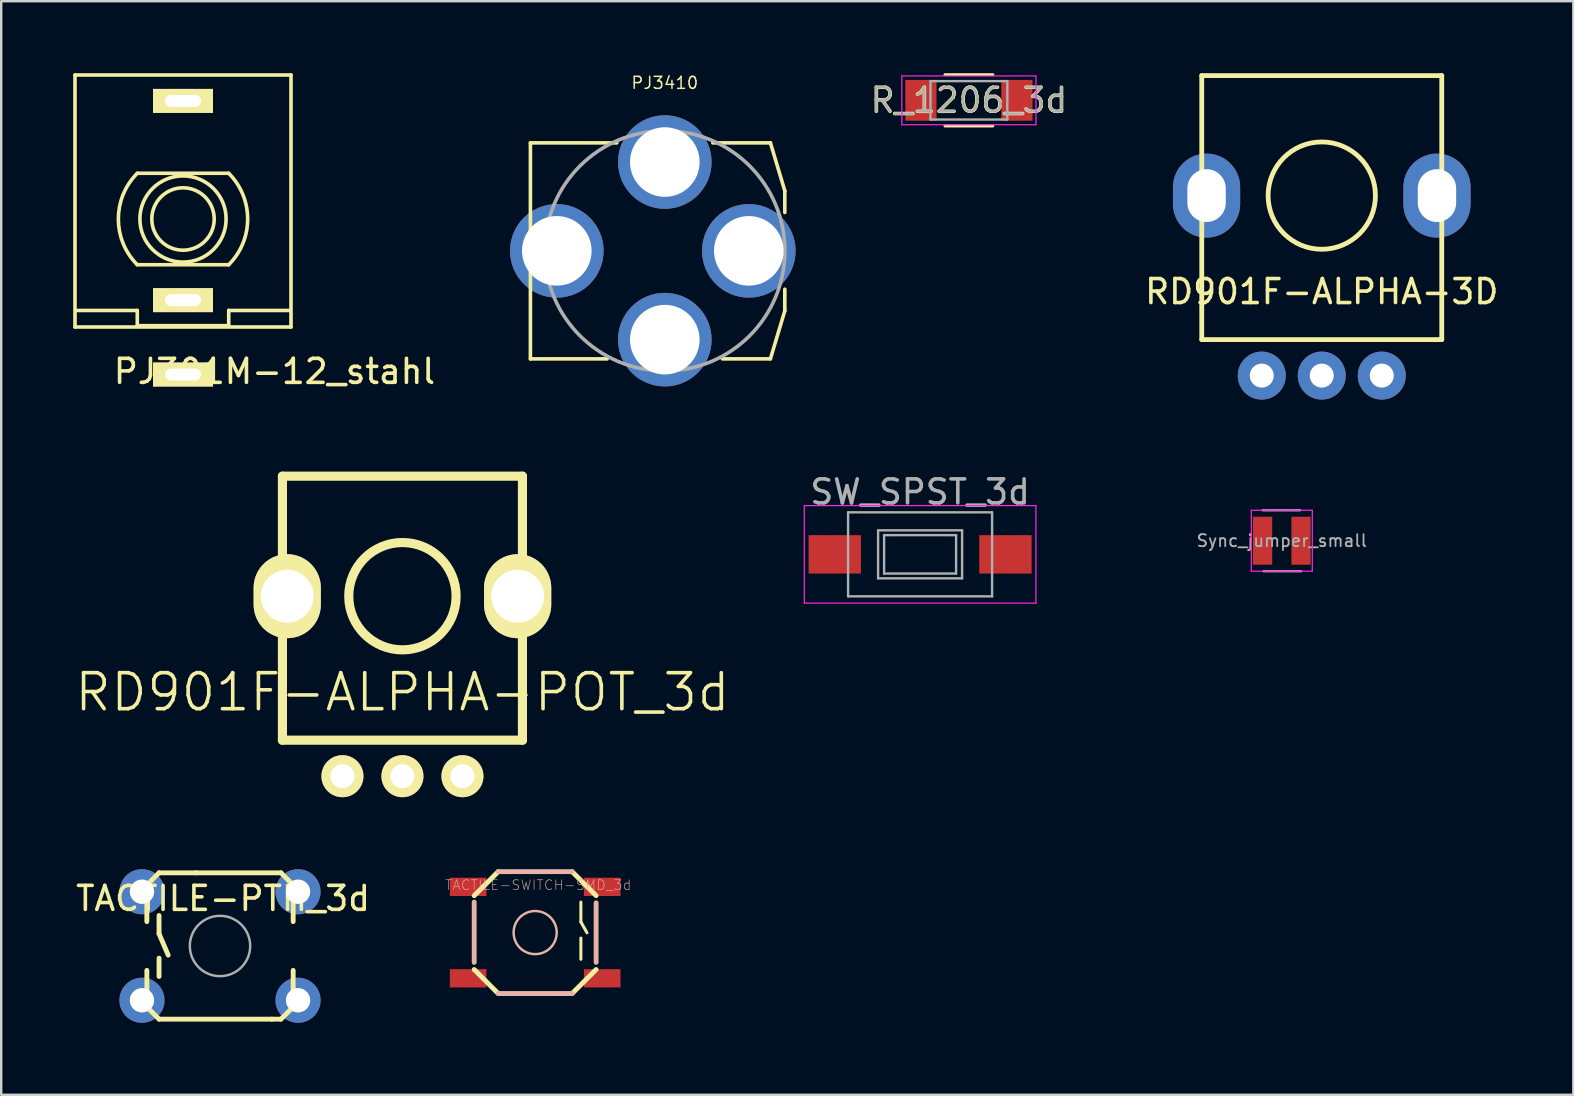
<source format=kicad_pcb>
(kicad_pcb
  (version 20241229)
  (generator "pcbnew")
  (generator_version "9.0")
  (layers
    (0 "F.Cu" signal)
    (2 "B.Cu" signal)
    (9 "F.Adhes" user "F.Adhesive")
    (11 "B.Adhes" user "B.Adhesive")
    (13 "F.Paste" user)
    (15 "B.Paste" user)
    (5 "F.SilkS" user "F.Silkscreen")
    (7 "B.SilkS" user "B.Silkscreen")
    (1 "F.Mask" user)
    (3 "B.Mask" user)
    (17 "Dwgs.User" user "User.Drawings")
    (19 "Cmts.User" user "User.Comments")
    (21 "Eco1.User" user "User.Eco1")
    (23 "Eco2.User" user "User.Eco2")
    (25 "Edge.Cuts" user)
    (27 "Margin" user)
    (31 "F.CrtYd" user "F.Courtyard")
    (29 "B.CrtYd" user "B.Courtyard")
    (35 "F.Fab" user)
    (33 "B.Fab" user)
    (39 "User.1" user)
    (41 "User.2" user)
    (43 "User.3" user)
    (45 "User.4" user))
  (footprint "SW_SPST_3d"
    (layer "F.Cu")
    (at 35.287 20.048)
    (property "Reference" "SW_SPST_3d" (at 0 -2.6 0) (layer "Eco2.User") (effects (font (size 1 1) (thickness 0.15))))
    (attr smd)
    (fp_line (start -4.826 -2.032) (end -4.826 2.032) (stroke (width 0.05) (type solid)) (layer "F.CrtYd"))
    (fp_line (start -4.826 -2.032) (end 4.826 -2.032) (stroke (width 0.05) (type solid)) (layer "F.CrtYd"))
    (fp_line (start -4.826 2.032) (end 4.826 2.032) (stroke (width 0.05) (type solid)) (layer "F.CrtYd"))
    (fp_line (start 4.826 -2.032) (end 4.826 2.032) (stroke (width 0.05) (type solid)) (layer "F.CrtYd"))
    (fp_line (start -3 -1.75) (end -3 1.75) (stroke (width 0.1) (type solid)) (layer "F.Fab"))
    (fp_line (start -3 -1.75) (end 3 -1.75) (stroke (width 0.1) (type solid)) (layer "F.Fab"))
    (fp_line (start -3 1.75) (end 3 1.75) (stroke (width 0.1) (type solid)) (layer "F.Fab"))
    (fp_line (start -1.75 -1) (end 1.75 -1) (stroke (width 0.1) (type solid)) (layer "F.Fab"))
    (fp_line (start -1.75 1) (end -1.75 -1) (stroke (width 0.1) (type solid)) (layer "F.Fab"))
    (fp_line (start -1.5 -0.8) (end -1.5 0.8) (stroke (width 0.1) (type solid)) (layer "F.Fab"))
    (fp_line (start -1.5 -0.8) (end 1.5 -0.8) (stroke (width 0.1) (type solid)) (layer "F.Fab"))
    (fp_line (start -1.5 0.8) (end 1.5 0.8) (stroke (width 0.1) (type solid)) (layer "F.Fab"))
    (fp_line (start 1.5 -0.8) (end 1.5 0.8) (stroke (width 0.1) (type solid)) (layer "F.Fab"))
    (fp_line (start 1.75 -1) (end 1.75 1) (stroke (width 0.1) (type solid)) (layer "F.Fab"))
    (fp_line (start 1.75 1) (end -1.75 1) (stroke (width 0.1) (type solid)) (layer "F.Fab"))
    (fp_line (start 3 -1.75) (end 3 1.75) (stroke (width 0.1) (type solid)) (layer "F.Fab"))
    (fp_text user "${REFERENCE}" (at 0 -2.6 0) (layer "F.Fab") (effects (font (size 1 1) (thickness 0.15))))
    (pad "1" smd rect (at -3.556 0) (size 2.18 1.6) (layers "F.Cu" "F.Mask" "F.Paste"))
    (pad "2" smd rect (at 3.556 0) (size 2.18 1.6) (layers "F.Cu" "F.Mask" "F.Paste")))
  (footprint "PJ301M-12_stahl"
    (layer "F.Cu")
    (at 4.575 6.075)
    (property "Reference" "PJ301M-12_stahl" (at 3.81 6.35 0) (layer "F.SilkS") (effects (font (size 1 1) (thickness 0.15))))
    (attr through_hole)
    (fp_line (start -4.5 -6) (end -4.5 4.5) (stroke (width 0.15) (type solid)) (layer "F.SilkS"))
    (fp_line (start -4.5 -6) (end 4.5 -6) (stroke (width 0.15) (type solid)) (layer "F.SilkS"))
    (fp_line (start -4.5 4.5) (end 4.5 4.5) (stroke (width 0.15) (type solid)) (layer "F.SilkS"))
    (fp_line (start -4.445 3.81) (end -1.905 3.81) (stroke (width 0.15) (type solid)) (layer "F.SilkS"))
    (fp_line (start -1.905 -1.905) (end 1.905 -1.905) (stroke (width 0.15) (type solid)) (layer "F.SilkS"))
    (fp_line (start -1.905 3.81) (end -1.905 4.445) (stroke (width 0.15) (type solid)) (layer "F.SilkS"))
    (fp_line (start -1.905 4.445) (end 1.905 4.445) (stroke (width 0.15) (type solid)) (layer "F.SilkS"))
    (fp_line (start 1.905 1.905) (end -1.905 1.905) (stroke (width 0.15) (type solid)) (layer "F.SilkS"))
    (fp_line (start 1.905 3.81) (end 4.445 3.81) (stroke (width 0.15) (type solid)) (layer "F.SilkS"))
    (fp_line (start 1.905 4.445) (end 1.905 3.81) (stroke (width 0.15) (type solid)) (layer "F.SilkS"))
    (fp_line (start 4.5 -6) (end 4.5 4.5) (stroke (width 0.15) (type solid)) (layer "F.SilkS"))
    (fp_arc (start -1.905 1.905) (mid -2.694077 0) (end -1.905 -1.905) (stroke (width 0.15) (type solid)) (layer "F.SilkS"))
    (fp_arc (start 1.905 -1.905) (mid 2.694077 0) (end 1.905 1.905) (stroke (width 0.15) (type solid)) (layer "F.SilkS"))
    (fp_circle (center 0 0) (end 1.27 1.27) (stroke (width 0.15) (type solid)) (fill no) (layer "F.SilkS"))
    (fp_circle (center 0 0) (end 1.3 0) (stroke (width 0.15) (type solid)) (fill no) (layer "F.SilkS"))
    (pad "1" thru_hole rect (at 0 6.48) (size 2.5 1) (drill oval 1.5 0.5) (layers "*.Cu" "*.Mask" "F.SilkS"))
    (pad "2" thru_hole rect (at 0 3.38) (size 2.5 1) (drill oval 1.5 0.5) (layers "*.Cu" "*.Mask" "F.SilkS"))
    (pad "3" thru_hole rect (at 0 -4.92) (size 2.5 1) (drill oval 1.5 0.5) (layers "*.Cu" "*.Mask" "F.SilkS")))
  (footprint "TACTILE-PTH_3d"
    (layer "F.Cu")
    (at 6.117 36.366)
    (property "Reference" "TACTILE-PTH_3d" (at 0.127 -1.981 0) (layer "F.SilkS") (effects (font (size 1 1) (thickness 0.15))))
    (attr exclude_from_pos_files exclude_from_bom)
    (fp_line (start -3.048 -2.54) (end -3.048 -1.016) (stroke (width 0.203) (type solid)) (layer "F.SilkS"))
    (fp_line (start -3.048 2.54) (end -3.048 1.016) (stroke (width 0.203) (type solid)) (layer "F.SilkS"))
    (fp_line (start -2.54 -3.048) (end -3.048 -2.54) (stroke (width 0.203) (type solid)) (layer "F.SilkS"))
    (fp_line (start -2.54 -3.048) (end -1.016 -3.048) (stroke (width 0.203) (type solid)) (layer "F.SilkS"))
    (fp_line (start -2.54 -1.27) (end -2.54 -0.508) (stroke (width 0.203) (type solid)) (layer "F.SilkS"))
    (fp_line (start -2.54 -0.508) (end -2.159 0.381) (stroke (width 0.203) (type solid)) (layer "F.SilkS"))
    (fp_line (start -2.54 0.508) (end -2.54 1.27) (stroke (width 0.203) (type solid)) (layer "F.SilkS"))
    (fp_line (start -2.54 3.048) (end -3.048 2.54) (stroke (width 0.203) (type solid)) (layer "F.SilkS"))
    (fp_line (start -2.54 3.048) (end 2.159 3.048) (stroke (width 0.203) (type solid)) (layer "F.SilkS"))
    (fp_line (start 2.54 -3.048) (end -1.016 -3.048) (stroke (width 0.203) (type solid)) (layer "F.SilkS"))
    (fp_line (start 2.54 3.048) (end 2.159 3.048) (stroke (width 0.203) (type solid)) (layer "F.SilkS"))
    (fp_line (start 2.54 3.048) (end 3.048 2.54) (stroke (width 0.203) (type solid)) (layer "F.SilkS"))
    (fp_line (start 3.048 -2.54) (end 2.54 -3.048) (stroke (width 0.203) (type solid)) (layer "F.SilkS"))
    (fp_line (start 3.048 -1.016) (end 3.048 -2.54) (stroke (width 0.203) (type solid)) (layer "F.SilkS"))
    (fp_line (start 3.048 2.54) (end 3.048 1.016) (stroke (width 0.203) (type solid)) (layer "F.SilkS"))
    (fp_circle (center 0 0) (end 1.257 0) (stroke (width 0.102) (type solid)) (fill no) (layer "F.Fab"))
    (pad "1" thru_hole circle (at -3.251 -2.261) (size 1.88 1.88) (drill 1.016) (layers "*.Cu" "*.Mask"))
    (pad "1" thru_hole circle (at 3.251 -2.261) (size 1.88 1.88) (drill 1.016) (layers "*.Cu" "*.Mask"))
    (pad "2" thru_hole circle (at -3.251 2.261) (size 1.88 1.88) (drill 1.016) (layers "*.Cu" "*.Mask"))
    (pad "2" thru_hole circle (at 3.251 2.261) (size 1.88 1.88) (drill 1.016) (layers "*.Cu" "*.Mask")))
  (footprint "R_1206_3d"
    (layer "F.Cu")
    (at 37.321 1.13)
    (property "Reference" "R_1206_3d" (at 0 0 0) (layer "F.SilkS") (effects (font (size 1 1) (thickness 0.15))))
    (attr smd)
    (fp_line (start -1 -1.07) (end 1 -1.07) (stroke (width 0.12) (type solid)) (layer "F.SilkS"))
    (fp_line (start 1 1.07) (end -1 1.07) (stroke (width 0.12) (type solid)) (layer "F.SilkS"))
    (fp_line (start -2.794 -1.016) (end -2.794 1.016) (stroke (width 0.05) (type solid)) (layer "F.CrtYd"))
    (fp_line (start -2.794 -1.016) (end 2.794 -1.016) (stroke (width 0.05) (type solid)) (layer "F.CrtYd"))
    (fp_line (start 2.794 1.016) (end -2.794 1.016) (stroke (width 0.05) (type solid)) (layer "F.CrtYd"))
    (fp_line (start 2.794 1.016) (end 2.794 -1.016) (stroke (width 0.05) (type solid)) (layer "F.CrtYd"))
    (fp_line (start -1.6 -0.8) (end 1.6 -0.8) (stroke (width 0.1) (type solid)) (layer "F.Fab"))
    (fp_line (start -1.6 0.8) (end -1.6 -0.8) (stroke (width 0.1) (type solid)) (layer "F.Fab"))
    (fp_line (start 1.6 -0.8) (end 1.6 0.8) (stroke (width 0.1) (type solid)) (layer "F.Fab"))
    (fp_line (start 1.6 0.8) (end -1.6 0.8) (stroke (width 0.1) (type solid)) (layer "F.Fab"))
    (fp_text user "${REFERENCE}" (at 0 0 0) (layer "F.Fab") (effects (font (size 1 1) (thickness 0.105))))
    (pad "1" smd rect (at -2 0) (size 1.3 1.7) (layers "F.Cu" "F.Mask" "F.Paste"))
    (pad "2" smd rect (at 2 0) (size 1.3 1.7) (layers "F.Cu" "F.Mask" "F.Paste")))
  (footprint "PJ3410"
    (layer "F.Cu")
    (at 24.65 7.402)
    (property "Reference" "PJ3410" (at 0 -7 0) (layer "F.SilkS") (effects (font (size 0.5 0.5) (thickness 0.062))))
    (attr through_hole)
    (fp_line (start -5.6 -4.5) (end -5.6 4.5) (stroke (width 0.15) (type solid)) (layer "F.SilkS"))
    (fp_line (start -5.6 4.5) (end -2.4 4.5) (stroke (width 0.15) (type solid)) (layer "F.SilkS"))
    (fp_line (start -2 -4.5) (end -5.6 -4.5) (stroke (width 0.15) (type solid)) (layer "F.SilkS"))
    (fp_line (start 2.4 4.5) (end 4.4 4.5) (stroke (width 0.15) (type solid)) (layer "F.SilkS"))
    (fp_line (start 4.4 -4.5) (end 2 -4.5) (stroke (width 0.15) (type solid)) (layer "F.SilkS"))
    (fp_line (start 4.4 4.5) (end 5 2.5) (stroke (width 0.15) (type solid)) (layer "F.SilkS"))
    (fp_line (start 5 -2.5) (end 4.4 -4.5) (stroke (width 0.15) (type solid)) (layer "F.SilkS"))
    (fp_line (start 5 -1.6) (end 5 -2.5) (stroke (width 0.15) (type solid)) (layer "F.SilkS"))
    (fp_line (start 5 2.5) (end 5 1.6) (stroke (width 0.15) (type solid)) (layer "F.SilkS"))
    (fp_circle (center 0 0) (end 5 0.1) (stroke (width 0.15) (type solid)) (fill no) (layer "F.Fab"))
    (pad "2" thru_hole circle (at 3.5 0) (size 3.9 3.9) (drill 2.9) (layers "*.Cu" "*.Mask"))
    (pad "3" thru_hole circle (at -4.5 0) (size 3.9 3.9) (drill 2.9) (layers "*.Cu" "*.Mask"))
    (pad "4" thru_hole circle (at 0 -3.7) (size 3.9 3.9) (drill 2.9) (layers "*.Cu" "*.Mask"))
    (pad "5" thru_hole circle (at 0 3.7) (size 3.9 3.9) (drill 2.9) (layers "*.Cu" "*.Mask")))
  (footprint "TACTILE-SWITCH-SMD_3d"
    (layer "F.Cu")
    (at 19.248 35.807)
    (property "Reference" "TACTILE-SWITCH-SMD_3d" (at 0.127 -1.981 0) (layer "B.SilkS") (effects (font (size 0.406 0.406) (thickness 0.025))))
    (attr smd)
    (fp_line (start -2.54 -1.539) (end -1.539 -2.54) (stroke (width 0.203) (type solid)) (layer "F.SilkS"))
    (fp_line (start -1.539 2.54) (end -2.54 1.539) (stroke (width 0.203) (type solid)) (layer "F.SilkS"))
    (fp_line (start 1.539 -2.54) (end 2.54 -1.539) (stroke (width 0.203) (type solid)) (layer "F.SilkS"))
    (fp_line (start 1.905 -1.27) (end 1.905 -0.445) (stroke (width 0.127) (type solid)) (layer "F.SilkS"))
    (fp_line (start 1.905 -0.445) (end 2.159 0.008) (stroke (width 0.127) (type solid)) (layer "F.SilkS"))
    (fp_line (start 1.905 0.229) (end 1.905 1.113) (stroke (width 0.127) (type solid)) (layer "F.SilkS"))
    (fp_line (start 2.54 1.539) (end 1.539 2.54) (stroke (width 0.203) (type solid)) (layer "F.SilkS"))
    (fp_line (start -2.54 1.24) (end -2.54 -1.27) (stroke (width 0.203) (type solid)) (layer "B.SilkS"))
    (fp_line (start -1.539 -2.54) (end 1.539 -2.54) (stroke (width 0.203) (type solid)) (layer "B.SilkS"))
    (fp_line (start 1.539 2.54) (end -1.539 2.54) (stroke (width 0.203) (type solid)) (layer "B.SilkS"))
    (fp_line (start 2.54 -1.24) (end 2.54 1.24) (stroke (width 0.203) (type solid)) (layer "B.SilkS"))
    (fp_circle (center 0 0) (end -0.635 0.635) (stroke (width 0.102) (type solid)) (fill no) (layer "B.SilkS"))
    (pad "1" smd rect (at -2.794 -1.905 90) (size 0.762 1.524) (layers "F.Cu" "F.Mask" "F.Paste"))
    (pad "2" smd rect (at 2.794 -1.905 90) (size 0.762 1.524) (layers "F.Cu" "F.Mask" "F.Paste"))
    (pad "3" smd rect (at -2.794 1.905 90) (size 0.762 1.524) (layers "F.Cu" "F.Mask" "F.Paste"))
    (pad "4" smd rect (at 2.794 1.905 90) (size 0.762 1.524) (layers "F.Cu" "F.Mask" "F.Paste")))
  (footprint "RD901F-ALPHA-3D"
    (layer "F.Cu")
    (at 52.023 5.1)
    (property "Reference" "RD901F-ALPHA-3D" (at 0 4 0) (layer "F.SilkS") (effects (font (size 1 1) (thickness 0.15))))
    (attr through_hole)
    (fp_line (start -5 -5) (end 5 -5) (stroke (width 0.2) (type solid)) (layer "F.SilkS"))
    (fp_line (start -5 0) (end -5 -5) (stroke (width 0.2) (type solid)) (layer "F.SilkS"))
    (fp_line (start -5 6) (end -5 0) (stroke (width 0.2) (type solid)) (layer "F.SilkS"))
    (fp_line (start 5 -5) (end 5 6) (stroke (width 0.2) (type solid)) (layer "F.SilkS"))
    (fp_line (start 5 6) (end -5 6) (stroke (width 0.2) (type solid)) (layer "F.SilkS"))
    (fp_circle (center 0 0) (end 2.236 0) (stroke (width 0.2) (type solid)) (fill no) (layer "F.SilkS"))
    (pad "" thru_hole oval (at -4.8 0) (size 2.8 3.5) (drill oval 1.6 2.2) (layers "*.Cu" "*.Mask"))
    (pad "" thru_hole oval (at 4.8 0) (size 2.8 3.5) (drill oval 1.6 2.2) (layers "*.Cu" "*.Mask"))
    (pad "1" thru_hole circle (at -2.5 7.5) (size 2 2) (drill 1) (layers "*.Cu" "*.Mask"))
    (pad "2" thru_hole circle (at 0 7.5) (size 2 2) (drill 1) (layers "*.Cu" "*.Mask"))
    (pad "3" thru_hole circle (at 2.5 7.5) (size 2 2) (drill 1) (layers "*.Cu" "*.Mask")))
  (footprint "Sync_jumper_small"
    (layer "F.Cu")
    (at 50.358 19.48)
    (property "Reference" "Sync_jumper_small" (at 0 -2.032 0) (layer "Eco2.User") (effects (font (size 1 1) (thickness 0.15))))
    (attr smd)
    (fp_line (start -1.27 -1.27) (end -1.27 1.27) (stroke (width 0.05) (type solid)) (layer "F.CrtYd"))
    (fp_line (start -1.27 -1.27) (end 1.27 -1.27) (stroke (width 0.05) (type solid)) (layer "F.CrtYd"))
    (fp_line (start -1.27 1.27) (end 1.27 1.27) (stroke (width 0.05) (type solid)) (layer "F.CrtYd"))
    (fp_line (start 1.27 -1.27) (end 1.27 1.27) (stroke (width 0.05) (type solid)) (layer "F.CrtYd"))
    (fp_line (start -0.8 -1.27) (end 0.762 -1.27) (stroke (width 0.1) (type solid)) (layer "F.Fab"))
    (fp_line (start 0.8 1.27) (end -0.762 1.27) (stroke (width 0.1) (type solid)) (layer "F.Fab"))
    (fp_text user "${REFERENCE}" (at 0 0 0) (layer "F.Fab") (effects (font (size 0.5 0.5) (thickness 0.075))))
    (pad "1" smd rect (at -0.8 0) (size 0.8 2) (layers "F.Cu" "F.Mask" "F.Paste"))
    (pad "2" smd rect (at 0.8 0) (size 0.8 2) (layers "F.Cu" "F.Mask" "F.Paste")))
  (footprint "RD901F-ALPHA-POT_3d"
    (layer "F.Cu")
    (at 13.718 21.791)
    (property "Reference" "RD901F-ALPHA-POT_3d" (at 0 4 0) (layer "F.SilkS") (effects (font (size 1.5 1.5) (thickness 0.15))))
    (attr through_hole)
    (fp_line (start -5 -5) (end 5 -5) (stroke (width 0.381) (type solid)) (layer "F.SilkS"))
    (fp_line (start -5 0) (end -5 -5) (stroke (width 0.381) (type solid)) (layer "F.SilkS"))
    (fp_line (start -5 6) (end -5 0) (stroke (width 0.381) (type solid)) (layer "F.SilkS"))
    (fp_line (start 5 -5) (end 5 6) (stroke (width 0.381) (type solid)) (layer "F.SilkS"))
    (fp_line (start 5 6) (end -5 6) (stroke (width 0.381) (type solid)) (layer "F.SilkS"))
    (fp_circle (center 0 0) (end 1 2) (stroke (width 0.381) (type solid)) (fill no) (layer "F.SilkS"))
    (pad "" thru_hole oval (at -4.8 0) (size 2.8 3.5) (drill 2.2) (layers "*.Cu" "*.Mask" "F.SilkS"))
    (pad "" thru_hole oval (at 4.8 0) (size 2.8 3.5) (drill 2.2) (layers "*.Cu" "*.Mask" "F.SilkS"))
    (pad "1" thru_hole circle (at -2.5 7.5) (size 1.75 1.75) (drill 1) (layers "*.Cu" "*.Mask" "F.SilkS"))
    (pad "2" thru_hole circle (at 0 7.5) (size 1.75 1.75) (drill 1) (layers "*.Cu" "*.Mask" "F.SilkS"))
    (pad "3" thru_hole circle (at 2.5 7.5) (size 1.75 1.75) (drill 1) (layers "*.Cu" "*.Mask" "F.SilkS")))
  (gr_rect
    (start -3 -3)
    (end 62.505 42.566)
    (stroke (width 0.1) (type default))
    (fill no)
    (layer "Edge.Cuts")))
</source>
